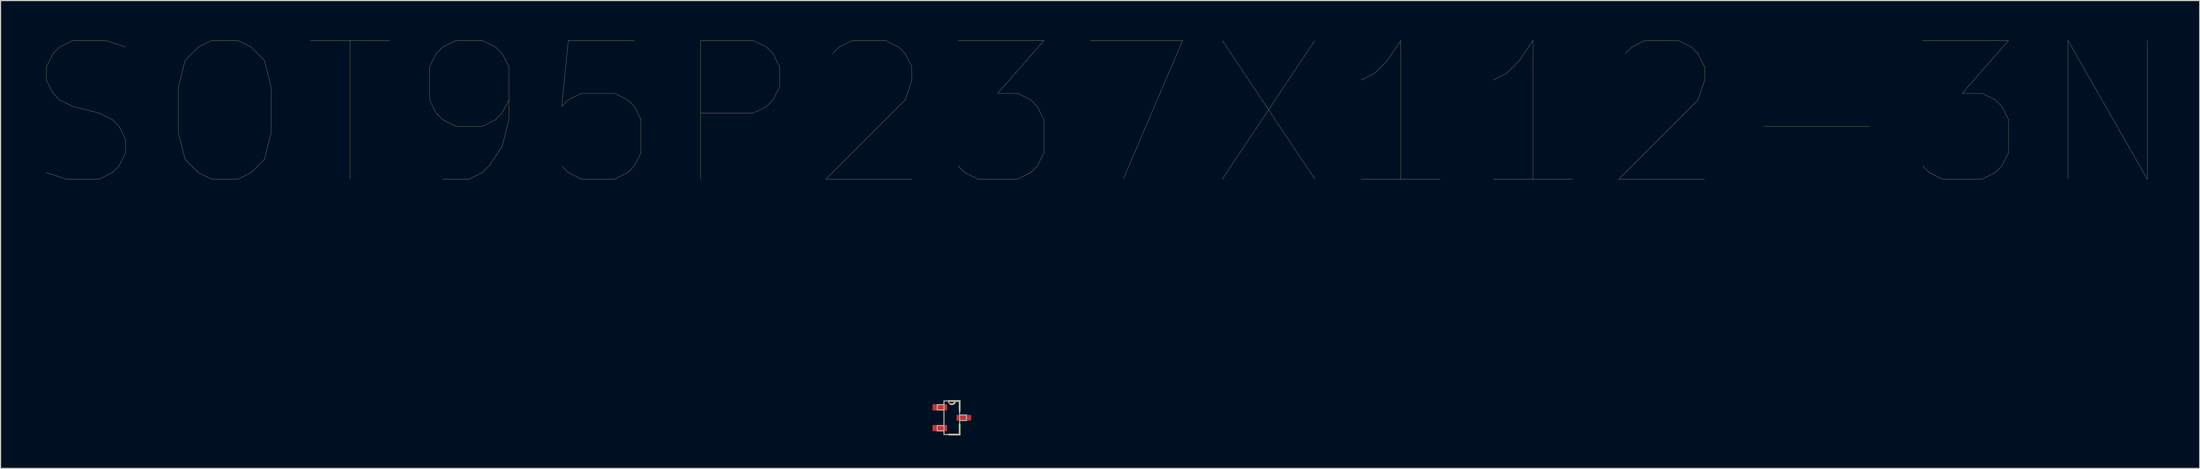
<source format=kicad_pcb>
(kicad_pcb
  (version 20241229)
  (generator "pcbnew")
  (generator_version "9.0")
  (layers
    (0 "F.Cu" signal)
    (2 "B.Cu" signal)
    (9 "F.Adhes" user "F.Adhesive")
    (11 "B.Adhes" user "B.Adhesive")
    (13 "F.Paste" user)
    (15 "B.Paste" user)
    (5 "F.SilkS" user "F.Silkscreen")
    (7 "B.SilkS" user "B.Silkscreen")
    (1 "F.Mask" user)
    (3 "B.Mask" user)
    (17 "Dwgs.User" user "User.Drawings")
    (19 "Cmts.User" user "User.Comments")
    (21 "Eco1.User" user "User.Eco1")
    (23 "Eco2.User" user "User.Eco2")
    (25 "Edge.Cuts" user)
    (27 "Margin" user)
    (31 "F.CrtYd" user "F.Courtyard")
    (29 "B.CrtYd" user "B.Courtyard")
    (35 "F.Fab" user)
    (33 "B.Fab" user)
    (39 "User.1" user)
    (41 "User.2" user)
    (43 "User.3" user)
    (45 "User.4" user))
  (footprint "SOT95P237X112-3N"
    (layer "F.Cu")
    (at 83.324 34.883)
    (property "Reference" "SOT95P237X112-3N" (at 13.459 -27.491 0) (layer "F.SilkS") (effects (font (size 12.59 12.59) (thickness 0.015))))
    (attr through_hole)
    (fp_line (start -0.279 1.524) (end 0.711 1.524) (stroke (width 0.152) (type solid)) (layer "F.SilkS"))
    (fp_line (start 0.305 -1.524) (end -0.279 -1.524) (stroke (width 0.152) (type solid)) (layer "F.SilkS"))
    (fp_line (start 0.711 -1.524) (end 0.305 -1.524) (stroke (width 0.152) (type solid)) (layer "F.SilkS"))
    (fp_line (start 0.711 -0.584) (end 0.711 -1.524) (stroke (width 0.152) (type solid)) (layer "F.SilkS"))
    (fp_line (start 0.711 1.524) (end 0.711 0.584) (stroke (width 0.152) (type solid)) (layer "F.SilkS"))
    (fp_arc (start 0.3048 -1.524) (mid 0.174323 -1.278521) (end -0.1016 -1.2446) (stroke (width 0.1524) (type solid)) (layer "F.SilkS"))
    (fp_line (start -1.321 -1.194) (end -1.321 -0.711) (stroke (width 0.1) (type solid)) (layer "F.Fab"))
    (fp_line (start -1.321 -0.711) (end -0.711 -0.711) (stroke (width 0.1) (type solid)) (layer "F.Fab"))
    (fp_line (start -1.321 0.711) (end -1.321 1.194) (stroke (width 0.1) (type solid)) (layer "F.Fab"))
    (fp_line (start -1.321 1.194) (end -0.711 1.194) (stroke (width 0.1) (type solid)) (layer "F.Fab"))
    (fp_line (start -0.711 -1.524) (end -0.711 -1.194) (stroke (width 0.1) (type solid)) (layer "F.Fab"))
    (fp_line (start -0.711 -1.194) (end -1.321 -1.194) (stroke (width 0.1) (type solid)) (layer "F.Fab"))
    (fp_line (start -0.711 -1.194) (end -0.711 -0.711) (stroke (width 0.1) (type solid)) (layer "F.Fab"))
    (fp_line (start -0.711 -0.711) (end -0.711 0.711) (stroke (width 0.1) (type solid)) (layer "F.Fab"))
    (fp_line (start -0.711 0.711) (end -1.321 0.711) (stroke (width 0.1) (type solid)) (layer "F.Fab"))
    (fp_line (start -0.711 1.194) (end -0.711 0.711) (stroke (width 0.1) (type solid)) (layer "F.Fab"))
    (fp_line (start -0.711 1.524) (end -0.711 1.194) (stroke (width 0.1) (type solid)) (layer "F.Fab"))
    (fp_line (start -0.711 1.524) (end 0.711 1.524) (stroke (width 0.1) (type solid)) (layer "F.Fab"))
    (fp_line (start -0.305 -1.524) (end -0.711 -1.524) (stroke (width 0.1) (type solid)) (layer "F.Fab"))
    (fp_line (start 0.305 -1.524) (end -0.305 -1.524) (stroke (width 0.1) (type solid)) (layer "F.Fab"))
    (fp_line (start 0.711 -1.524) (end 0.305 -1.524) (stroke (width 0.1) (type solid)) (layer "F.Fab"))
    (fp_line (start 0.711 -0.254) (end 0.711 -1.524) (stroke (width 0.1) (type solid)) (layer "F.Fab"))
    (fp_line (start 0.711 0.254) (end 0.711 -0.254) (stroke (width 0.1) (type solid)) (layer "F.Fab"))
    (fp_line (start 0.711 0.254) (end 1.321 0.254) (stroke (width 0.1) (type solid)) (layer "F.Fab"))
    (fp_line (start 0.711 1.524) (end 0.711 0.254) (stroke (width 0.1) (type solid)) (layer "F.Fab"))
    (fp_line (start 1.321 -0.254) (end 0.711 -0.254) (stroke (width 0.1) (type solid)) (layer "F.Fab"))
    (fp_line (start 1.321 0.254) (end 1.321 -0.254) (stroke (width 0.1) (type solid)) (layer "F.Fab"))
    (fp_arc (start 0.3048 -1.524) (mid 0 -1.2192) (end -0.3048 -1.524) (stroke (width 0.1) (type solid)) (layer "F.Fab"))
    (pad "1" smd rect (at -1.092 -0.94) (size 1.321 0.559) (layers "F.Cu" "F.Mask" "F.Paste"))
    (pad "2" smd rect (at -1.092 0.94) (size 1.321 0.559) (layers "F.Cu" "F.Mask" "F.Paste"))
    (pad "3" smd rect (at 1.092 0) (size 1.321 0.508) (layers "F.Cu" "F.Mask" "F.Paste")))
  (gr_rect
    (start -3 -3)
    (end 196.565 39.483)
    (stroke (width 0.1) (type default))
    (fill no)
    (layer "Edge.Cuts")))
</source>
